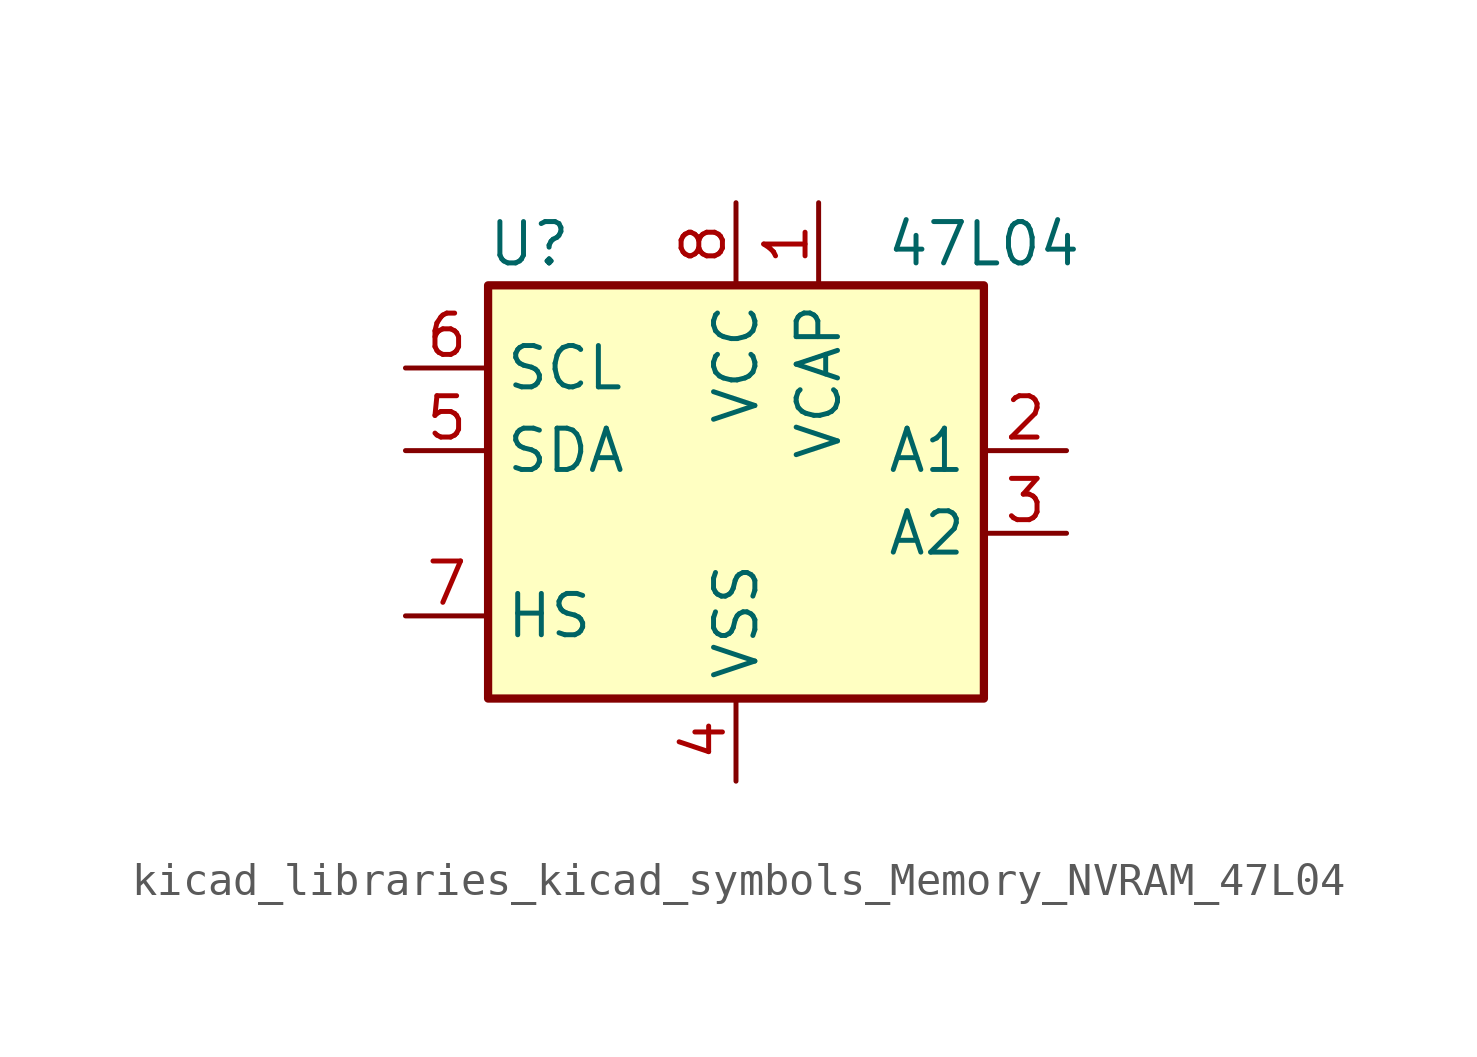
<source format=kicad_sym>
(kicad_symbol_lib
  (version 20220914)
  (generator kicad_symbol_editor)
  (symbol "kicad_libraries_kicad_symbols_Memory_NVRAM_47L04"
    (property "Reference" "U"
      (at -6.35 6.35 0)
      (effects (font (size 1.27 1.27))))
    (property "Value" "47L04"
      (at 7.62 6.35 0)
      (effects (font (size 1.27 1.27))))
    (symbol "kicad_libraries_kicad_symbols_Memory_NVRAM_47L04_1_1"
      (rectangle (start -7.62 5.08) (end 7.62 -7.62) (stroke (width 0.254) (type default)) (fill (type background)))
      (pin power_in line (at 2.54 7.62 270) (length 2.54) (name "VCAP" (effects (font (size 1.27 1.27)))) (number "1" (effects (font (size 1.27 1.27)))))
      (pin input line (at 10.16 0 180) (length 2.54) (name "A1" (effects (font (size 1.27 1.27)))) (number "2" (effects (font (size 1.27 1.27)))))
      (pin input line (at 10.16 -2.54 180) (length 2.54) (name "A2" (effects (font (size 1.27 1.27)))) (number "3" (effects (font (size 1.27 1.27)))))
      (pin power_in line (at 0 -10.16 90) (length 2.54) (name "VSS" (effects (font (size 1.27 1.27)))) (number "4" (effects (font (size 1.27 1.27)))))
      (pin bidirectional line (at -10.16 0 0) (length 2.54) (name "SDA" (effects (font (size 1.27 1.27)))) (number "5" (effects (font (size 1.27 1.27)))))
      (pin input line (at -10.16 2.54 0) (length 2.54) (name "SCL" (effects (font (size 1.27 1.27)))) (number "6" (effects (font (size 1.27 1.27)))))
      (pin input line (at -10.16 -5.08 0) (length 2.54) (name "HS" (effects (font (size 1.27 1.27)))) (number "7" (effects (font (size 1.27 1.27)))))
      (pin power_in line (at 0 7.62 270) (length 2.54) (name "VCC" (effects (font (size 1.27 1.27)))) (number "8" (effects (font (size 1.27 1.27))))))))
</source>
